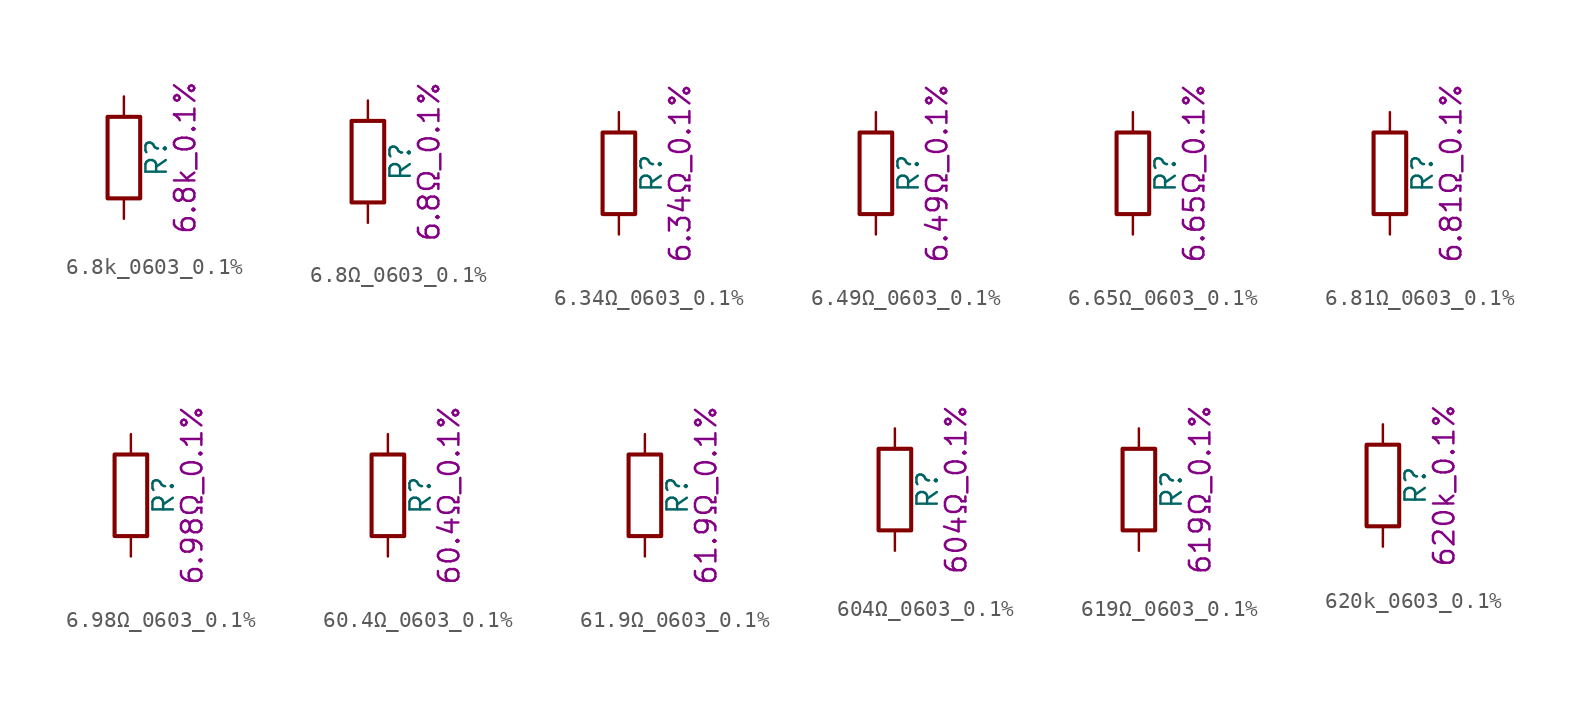
<source format=kicad_sym>
(kicad_symbol_lib
  (version 20211014)
  (generator kicad_symbol_editor)
  (symbol "6.8k_0603_0.1%"
    (pin_numbers hide)
    (pin_names
      (offset 0))
    (property "Reference" "R"
      (at 2.032 0 90)
      (effects (font (size 1.27 1.27))))
    (property "Display" "6.8k_0.1%"
      (at 3.81 0 90)
      (effects (font (size 1.27 1.27))))
    (symbol "6.8k_0603_0.1%_0_1"
      (rectangle (start -1.016 -2.54) (end 1.016 2.54) (stroke (width 0.254) (type default) (color 0 0 0 0)) (fill (type none))))
    (symbol "6.8k_0603_0.1%_1_1"
      (pin passive line (at 0 3.81 270) (length 1.27) (name "~" (effects (font (size 1.27 1.27)))) (number "1" (effects (font (size 1.27 1.27)))))
      (pin passive line (at 0 -3.81 90) (length 1.27) (name "~" (effects (font (size 1.27 1.27)))) (number "2" (effects (font (size 1.27 1.27)))))))
  (symbol "6.8Ω_0603_0.1%"
    (pin_numbers hide)
    (pin_names
      (offset 0))
    (property "Reference" "R"
      (at 2.032 0 90)
      (effects (font (size 1.27 1.27))))
    (property "Display" "6.8Ω_0.1%"
      (at 3.81 0 90)
      (effects (font (size 1.27 1.27))))
    (symbol "6.8Ω_0603_0.1%_0_1"
      (rectangle (start -1.016 -2.54) (end 1.016 2.54) (stroke (width 0.254) (type default) (color 0 0 0 0)) (fill (type none))))
    (symbol "6.8Ω_0603_0.1%_1_1"
      (pin passive line (at 0 3.81 270) (length 1.27) (name "~" (effects (font (size 1.27 1.27)))) (number "1" (effects (font (size 1.27 1.27)))))
      (pin passive line (at 0 -3.81 90) (length 1.27) (name "~" (effects (font (size 1.27 1.27)))) (number "2" (effects (font (size 1.27 1.27)))))))
  (symbol "6.34Ω_0603_0.1%"
    (pin_numbers hide)
    (pin_names
      (offset 0))
    (property "Reference" "R"
      (at 2.032 0 90)
      (effects (font (size 1.27 1.27))))
    (property "Display" "6.34Ω_0.1%"
      (at 3.81 0 90)
      (effects (font (size 1.27 1.27))))
    (symbol "6.34Ω_0603_0.1%_0_1"
      (rectangle (start -1.016 -2.54) (end 1.016 2.54) (stroke (width 0.254) (type default) (color 0 0 0 0)) (fill (type none))))
    (symbol "6.34Ω_0603_0.1%_1_1"
      (pin passive line (at 0 3.81 270) (length 1.27) (name "~" (effects (font (size 1.27 1.27)))) (number "1" (effects (font (size 1.27 1.27)))))
      (pin passive line (at 0 -3.81 90) (length 1.27) (name "~" (effects (font (size 1.27 1.27)))) (number "2" (effects (font (size 1.27 1.27)))))))
  (symbol "6.49Ω_0603_0.1%"
    (pin_numbers hide)
    (pin_names
      (offset 0))
    (property "Reference" "R"
      (at 2.032 0 90)
      (effects (font (size 1.27 1.27))))
    (property "Display" "6.49Ω_0.1%"
      (at 3.81 0 90)
      (effects (font (size 1.27 1.27))))
    (symbol "6.49Ω_0603_0.1%_0_1"
      (rectangle (start -1.016 -2.54) (end 1.016 2.54) (stroke (width 0.254) (type default) (color 0 0 0 0)) (fill (type none))))
    (symbol "6.49Ω_0603_0.1%_1_1"
      (pin passive line (at 0 3.81 270) (length 1.27) (name "~" (effects (font (size 1.27 1.27)))) (number "1" (effects (font (size 1.27 1.27)))))
      (pin passive line (at 0 -3.81 90) (length 1.27) (name "~" (effects (font (size 1.27 1.27)))) (number "2" (effects (font (size 1.27 1.27)))))))
  (symbol "6.65Ω_0603_0.1%"
    (pin_numbers hide)
    (pin_names
      (offset 0))
    (property "Reference" "R"
      (at 2.032 0 90)
      (effects (font (size 1.27 1.27))))
    (property "Display" "6.65Ω_0.1%"
      (at 3.81 0 90)
      (effects (font (size 1.27 1.27))))
    (symbol "6.65Ω_0603_0.1%_0_1"
      (rectangle (start -1.016 -2.54) (end 1.016 2.54) (stroke (width 0.254) (type default) (color 0 0 0 0)) (fill (type none))))
    (symbol "6.65Ω_0603_0.1%_1_1"
      (pin passive line (at 0 3.81 270) (length 1.27) (name "~" (effects (font (size 1.27 1.27)))) (number "1" (effects (font (size 1.27 1.27)))))
      (pin passive line (at 0 -3.81 90) (length 1.27) (name "~" (effects (font (size 1.27 1.27)))) (number "2" (effects (font (size 1.27 1.27)))))))
  (symbol "6.81Ω_0603_0.1%"
    (pin_numbers hide)
    (pin_names
      (offset 0))
    (property "Reference" "R"
      (at 2.032 0 90)
      (effects (font (size 1.27 1.27))))
    (property "Display" "6.81Ω_0.1%"
      (at 3.81 0 90)
      (effects (font (size 1.27 1.27))))
    (symbol "6.81Ω_0603_0.1%_0_1"
      (rectangle (start -1.016 -2.54) (end 1.016 2.54) (stroke (width 0.254) (type default) (color 0 0 0 0)) (fill (type none))))
    (symbol "6.81Ω_0603_0.1%_1_1"
      (pin passive line (at 0 3.81 270) (length 1.27) (name "~" (effects (font (size 1.27 1.27)))) (number "1" (effects (font (size 1.27 1.27)))))
      (pin passive line (at 0 -3.81 90) (length 1.27) (name "~" (effects (font (size 1.27 1.27)))) (number "2" (effects (font (size 1.27 1.27)))))))
  (symbol "6.98Ω_0603_0.1%"
    (pin_numbers hide)
    (pin_names
      (offset 0))
    (property "Reference" "R"
      (at 2.032 0 90)
      (effects (font (size 1.27 1.27))))
    (property "Display" "6.98Ω_0.1%"
      (at 3.81 0 90)
      (effects (font (size 1.27 1.27))))
    (symbol "6.98Ω_0603_0.1%_0_1"
      (rectangle (start -1.016 -2.54) (end 1.016 2.54) (stroke (width 0.254) (type default) (color 0 0 0 0)) (fill (type none))))
    (symbol "6.98Ω_0603_0.1%_1_1"
      (pin passive line (at 0 3.81 270) (length 1.27) (name "~" (effects (font (size 1.27 1.27)))) (number "1" (effects (font (size 1.27 1.27)))))
      (pin passive line (at 0 -3.81 90) (length 1.27) (name "~" (effects (font (size 1.27 1.27)))) (number "2" (effects (font (size 1.27 1.27)))))))
  (symbol "60.4Ω_0603_0.1%"
    (pin_numbers hide)
    (pin_names
      (offset 0))
    (property "Reference" "R"
      (at 2.032 0 90)
      (effects (font (size 1.27 1.27))))
    (property "Display" "60.4Ω_0.1%"
      (at 3.81 0 90)
      (effects (font (size 1.27 1.27))))
    (symbol "60.4Ω_0603_0.1%_0_1"
      (rectangle (start -1.016 -2.54) (end 1.016 2.54) (stroke (width 0.254) (type default) (color 0 0 0 0)) (fill (type none))))
    (symbol "60.4Ω_0603_0.1%_1_1"
      (pin passive line (at 0 3.81 270) (length 1.27) (name "~" (effects (font (size 1.27 1.27)))) (number "1" (effects (font (size 1.27 1.27)))))
      (pin passive line (at 0 -3.81 90) (length 1.27) (name "~" (effects (font (size 1.27 1.27)))) (number "2" (effects (font (size 1.27 1.27)))))))
  (symbol "61.9Ω_0603_0.1%"
    (pin_numbers hide)
    (pin_names
      (offset 0))
    (property "Reference" "R"
      (at 2.032 0 90)
      (effects (font (size 1.27 1.27))))
    (property "Display" "61.9Ω_0.1%"
      (at 3.81 0 90)
      (effects (font (size 1.27 1.27))))
    (symbol "61.9Ω_0603_0.1%_0_1"
      (rectangle (start -1.016 -2.54) (end 1.016 2.54) (stroke (width 0.254) (type default) (color 0 0 0 0)) (fill (type none))))
    (symbol "61.9Ω_0603_0.1%_1_1"
      (pin passive line (at 0 3.81 270) (length 1.27) (name "~" (effects (font (size 1.27 1.27)))) (number "1" (effects (font (size 1.27 1.27)))))
      (pin passive line (at 0 -3.81 90) (length 1.27) (name "~" (effects (font (size 1.27 1.27)))) (number "2" (effects (font (size 1.27 1.27)))))))
  (symbol "604Ω_0603_0.1%"
    (pin_numbers hide)
    (pin_names
      (offset 0))
    (property "Reference" "R"
      (at 2.032 0 90)
      (effects (font (size 1.27 1.27))))
    (property "Display" "604Ω_0.1%"
      (at 3.81 0 90)
      (effects (font (size 1.27 1.27))))
    (symbol "604Ω_0603_0.1%_0_1"
      (rectangle (start -1.016 -2.54) (end 1.016 2.54) (stroke (width 0.254) (type default) (color 0 0 0 0)) (fill (type none))))
    (symbol "604Ω_0603_0.1%_1_1"
      (pin passive line (at 0 3.81 270) (length 1.27) (name "~" (effects (font (size 1.27 1.27)))) (number "1" (effects (font (size 1.27 1.27)))))
      (pin passive line (at 0 -3.81 90) (length 1.27) (name "~" (effects (font (size 1.27 1.27)))) (number "2" (effects (font (size 1.27 1.27)))))))
  (symbol "619Ω_0603_0.1%"
    (pin_numbers hide)
    (pin_names
      (offset 0))
    (property "Reference" "R"
      (at 2.032 0 90)
      (effects (font (size 1.27 1.27))))
    (property "Display" "619Ω_0.1%"
      (at 3.81 0 90)
      (effects (font (size 1.27 1.27))))
    (symbol "619Ω_0603_0.1%_0_1"
      (rectangle (start -1.016 -2.54) (end 1.016 2.54) (stroke (width 0.254) (type default) (color 0 0 0 0)) (fill (type none))))
    (symbol "619Ω_0603_0.1%_1_1"
      (pin passive line (at 0 3.81 270) (length 1.27) (name "~" (effects (font (size 1.27 1.27)))) (number "1" (effects (font (size 1.27 1.27)))))
      (pin passive line (at 0 -3.81 90) (length 1.27) (name "~" (effects (font (size 1.27 1.27)))) (number "2" (effects (font (size 1.27 1.27)))))))
  (symbol "620k_0603_0.1%"
    (pin_numbers hide)
    (pin_names
      (offset 0))
    (property "Reference" "R"
      (at 2.032 0 90)
      (effects (font (size 1.27 1.27))))
    (property "Display" "620k_0.1%"
      (at 3.81 0 90)
      (effects (font (size 1.27 1.27))))
    (symbol "620k_0603_0.1%_0_1"
      (rectangle (start -1.016 -2.54) (end 1.016 2.54) (stroke (width 0.254) (type default) (color 0 0 0 0)) (fill (type none))))
    (symbol "620k_0603_0.1%_1_1"
      (pin passive line (at 0 3.81 270) (length 1.27) (name "~" (effects (font (size 1.27 1.27)))) (number "1" (effects (font (size 1.27 1.27)))))
      (pin passive line (at 0 -3.81 90) (length 1.27) (name "~" (effects (font (size 1.27 1.27)))) (number "2" (effects (font (size 1.27 1.27))))))))
</source>
